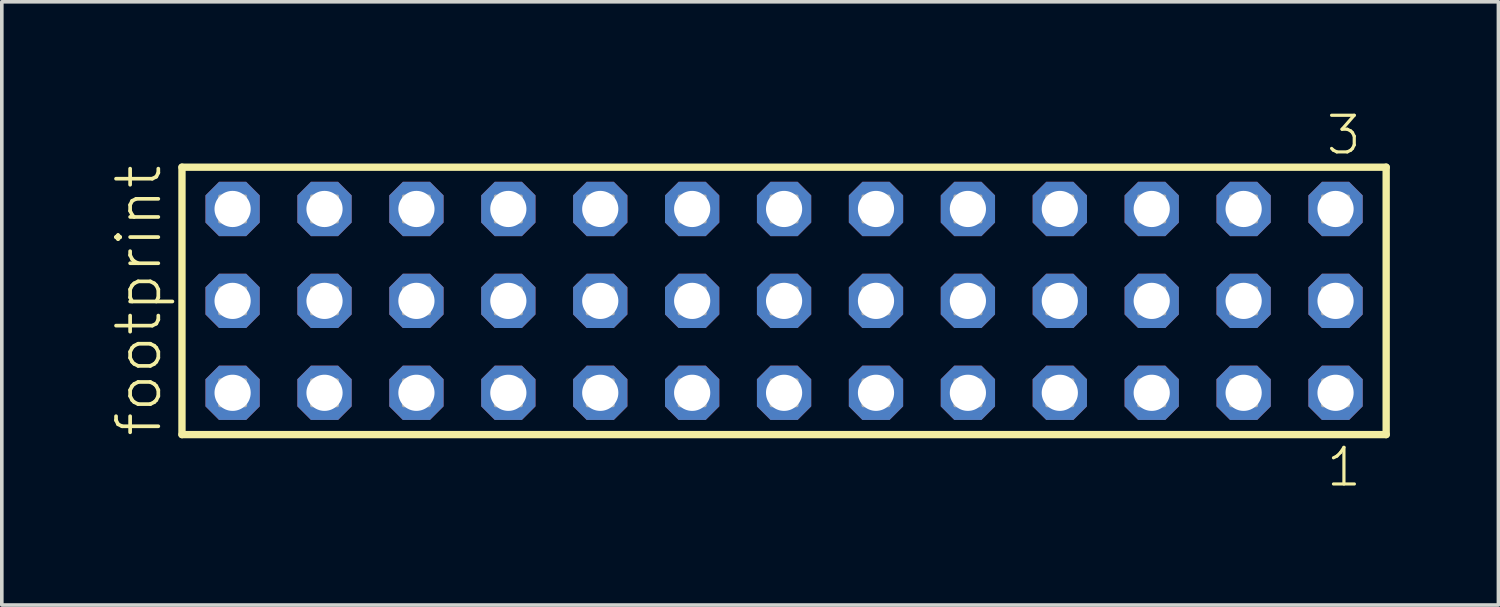
<source format=kicad_pcb>
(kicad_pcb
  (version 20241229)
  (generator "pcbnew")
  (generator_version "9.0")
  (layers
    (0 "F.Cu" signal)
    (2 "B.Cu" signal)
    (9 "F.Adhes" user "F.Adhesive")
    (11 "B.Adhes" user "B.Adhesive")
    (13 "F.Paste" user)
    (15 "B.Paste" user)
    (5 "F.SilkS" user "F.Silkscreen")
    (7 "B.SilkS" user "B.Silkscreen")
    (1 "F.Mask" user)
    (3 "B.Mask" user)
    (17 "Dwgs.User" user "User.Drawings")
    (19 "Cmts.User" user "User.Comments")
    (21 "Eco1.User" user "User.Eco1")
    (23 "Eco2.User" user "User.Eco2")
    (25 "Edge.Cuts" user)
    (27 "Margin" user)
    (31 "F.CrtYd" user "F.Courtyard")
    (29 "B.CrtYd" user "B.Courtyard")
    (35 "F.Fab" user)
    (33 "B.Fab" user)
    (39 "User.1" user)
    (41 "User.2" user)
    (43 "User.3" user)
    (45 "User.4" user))
  (footprint "footprint"
    (layer "F.Cu")
    (at 18.618 5.265)
    (property "Reference" "footprint" (at -17.145 3.81 90) (layer "F.SilkS") (effects (font (size 1.168 1.168) (thickness 0.102)) (justify left bottom)))
    (fp_line (start -16.639 -3.695) (end 16.639 -3.695) (stroke (width 0.203) (type solid)) (layer "F.SilkS"))
    (fp_line (start -16.639 3.695) (end -16.639 -3.695) (stroke (width 0.203) (type solid)) (layer "F.SilkS"))
    (fp_line (start 16.639 -3.695) (end 16.639 3.695) (stroke (width 0.203) (type solid)) (layer "F.SilkS"))
    (fp_line (start 16.639 3.695) (end -16.639 3.695) (stroke (width 0.203) (type solid)) (layer "F.SilkS"))
    (fp_poly (pts (xy -15.59 -2.19) (xy -14.89 -2.19) (xy -14.89 -2.89) (xy -15.59 -2.89)) (stroke (width 0.1) (type solid)) (fill no) (layer "F.Fab"))
    (fp_poly (pts (xy -15.59 0.35) (xy -14.89 0.35) (xy -14.89 -0.35) (xy -15.59 -0.35)) (stroke (width 0.1) (type solid)) (fill no) (layer "F.Fab"))
    (fp_poly (pts (xy -15.59 2.89) (xy -14.89 2.89) (xy -14.89 2.19) (xy -15.59 2.19)) (stroke (width 0.1) (type solid)) (fill no) (layer "F.Fab"))
    (fp_poly (pts (xy -13.05 -2.19) (xy -12.35 -2.19) (xy -12.35 -2.89) (xy -13.05 -2.89)) (stroke (width 0.1) (type solid)) (fill no) (layer "F.Fab"))
    (fp_poly (pts (xy -13.05 0.35) (xy -12.35 0.35) (xy -12.35 -0.35) (xy -13.05 -0.35)) (stroke (width 0.1) (type solid)) (fill no) (layer "F.Fab"))
    (fp_poly (pts (xy -13.05 2.89) (xy -12.35 2.89) (xy -12.35 2.19) (xy -13.05 2.19)) (stroke (width 0.1) (type solid)) (fill no) (layer "F.Fab"))
    (fp_poly (pts (xy -10.51 -2.19) (xy -9.81 -2.19) (xy -9.81 -2.89) (xy -10.51 -2.89)) (stroke (width 0.1) (type solid)) (fill no) (layer "F.Fab"))
    (fp_poly (pts (xy -10.51 0.35) (xy -9.81 0.35) (xy -9.81 -0.35) (xy -10.51 -0.35)) (stroke (width 0.1) (type solid)) (fill no) (layer "F.Fab"))
    (fp_poly (pts (xy -10.51 2.89) (xy -9.81 2.89) (xy -9.81 2.19) (xy -10.51 2.19)) (stroke (width 0.1) (type solid)) (fill no) (layer "F.Fab"))
    (fp_poly (pts (xy -7.97 -2.19) (xy -7.27 -2.19) (xy -7.27 -2.89) (xy -7.97 -2.89)) (stroke (width 0.1) (type solid)) (fill no) (layer "F.Fab"))
    (fp_poly (pts (xy -7.97 0.35) (xy -7.27 0.35) (xy -7.27 -0.35) (xy -7.97 -0.35)) (stroke (width 0.1) (type solid)) (fill no) (layer "F.Fab"))
    (fp_poly (pts (xy -7.97 2.89) (xy -7.27 2.89) (xy -7.27 2.19) (xy -7.97 2.19)) (stroke (width 0.1) (type solid)) (fill no) (layer "F.Fab"))
    (fp_poly (pts (xy -5.43 -2.19) (xy -4.73 -2.19) (xy -4.73 -2.89) (xy -5.43 -2.89)) (stroke (width 0.1) (type solid)) (fill no) (layer "F.Fab"))
    (fp_poly (pts (xy -5.43 0.35) (xy -4.73 0.35) (xy -4.73 -0.35) (xy -5.43 -0.35)) (stroke (width 0.1) (type solid)) (fill no) (layer "F.Fab"))
    (fp_poly (pts (xy -5.43 2.89) (xy -4.73 2.89) (xy -4.73 2.19) (xy -5.43 2.19)) (stroke (width 0.1) (type solid)) (fill no) (layer "F.Fab"))
    (fp_poly (pts (xy -2.89 -2.19) (xy -2.19 -2.19) (xy -2.19 -2.89) (xy -2.89 -2.89)) (stroke (width 0.1) (type solid)) (fill no) (layer "F.Fab"))
    (fp_poly (pts (xy -2.89 0.35) (xy -2.19 0.35) (xy -2.19 -0.35) (xy -2.89 -0.35)) (stroke (width 0.1) (type solid)) (fill no) (layer "F.Fab"))
    (fp_poly (pts (xy -2.89 2.89) (xy -2.19 2.89) (xy -2.19 2.19) (xy -2.89 2.19)) (stroke (width 0.1) (type solid)) (fill no) (layer "F.Fab"))
    (fp_poly (pts (xy -0.35 -2.19) (xy 0.35 -2.19) (xy 0.35 -2.89) (xy -0.35 -2.89)) (stroke (width 0.1) (type solid)) (fill no) (layer "F.Fab"))
    (fp_poly (pts (xy -0.35 0.35) (xy 0.35 0.35) (xy 0.35 -0.35) (xy -0.35 -0.35)) (stroke (width 0.1) (type solid)) (fill no) (layer "F.Fab"))
    (fp_poly (pts (xy -0.35 2.89) (xy 0.35 2.89) (xy 0.35 2.19) (xy -0.35 2.19)) (stroke (width 0.1) (type solid)) (fill no) (layer "F.Fab"))
    (fp_poly (pts (xy 2.19 -2.19) (xy 2.89 -2.19) (xy 2.89 -2.89) (xy 2.19 -2.89)) (stroke (width 0.1) (type solid)) (fill no) (layer "F.Fab"))
    (fp_poly (pts (xy 2.19 0.35) (xy 2.89 0.35) (xy 2.89 -0.35) (xy 2.19 -0.35)) (stroke (width 0.1) (type solid)) (fill no) (layer "F.Fab"))
    (fp_poly (pts (xy 2.19 2.89) (xy 2.89 2.89) (xy 2.89 2.19) (xy 2.19 2.19)) (stroke (width 0.1) (type solid)) (fill no) (layer "F.Fab"))
    (fp_poly (pts (xy 4.73 -2.19) (xy 5.43 -2.19) (xy 5.43 -2.89) (xy 4.73 -2.89)) (stroke (width 0.1) (type solid)) (fill no) (layer "F.Fab"))
    (fp_poly (pts (xy 4.73 0.35) (xy 5.43 0.35) (xy 5.43 -0.35) (xy 4.73 -0.35)) (stroke (width 0.1) (type solid)) (fill no) (layer "F.Fab"))
    (fp_poly (pts (xy 4.73 2.89) (xy 5.43 2.89) (xy 5.43 2.19) (xy 4.73 2.19)) (stroke (width 0.1) (type solid)) (fill no) (layer "F.Fab"))
    (fp_poly (pts (xy 7.27 -2.19) (xy 7.97 -2.19) (xy 7.97 -2.89) (xy 7.27 -2.89)) (stroke (width 0.1) (type solid)) (fill no) (layer "F.Fab"))
    (fp_poly (pts (xy 7.27 0.35) (xy 7.97 0.35) (xy 7.97 -0.35) (xy 7.27 -0.35)) (stroke (width 0.1) (type solid)) (fill no) (layer "F.Fab"))
    (fp_poly (pts (xy 7.27 2.89) (xy 7.97 2.89) (xy 7.97 2.19) (xy 7.27 2.19)) (stroke (width 0.1) (type solid)) (fill no) (layer "F.Fab"))
    (fp_poly (pts (xy 9.81 -2.19) (xy 10.51 -2.19) (xy 10.51 -2.89) (xy 9.81 -2.89)) (stroke (width 0.1) (type solid)) (fill no) (layer "F.Fab"))
    (fp_poly (pts (xy 9.81 0.35) (xy 10.51 0.35) (xy 10.51 -0.35) (xy 9.81 -0.35)) (stroke (width 0.1) (type solid)) (fill no) (layer "F.Fab"))
    (fp_poly (pts (xy 9.81 2.89) (xy 10.51 2.89) (xy 10.51 2.19) (xy 9.81 2.19)) (stroke (width 0.1) (type solid)) (fill no) (layer "F.Fab"))
    (fp_poly (pts (xy 12.35 -2.19) (xy 13.05 -2.19) (xy 13.05 -2.89) (xy 12.35 -2.89)) (stroke (width 0.1) (type solid)) (fill no) (layer "F.Fab"))
    (fp_poly (pts (xy 12.35 0.35) (xy 13.05 0.35) (xy 13.05 -0.35) (xy 12.35 -0.35)) (stroke (width 0.1) (type solid)) (fill no) (layer "F.Fab"))
    (fp_poly (pts (xy 12.35 2.89) (xy 13.05 2.89) (xy 13.05 2.19) (xy 12.35 2.19)) (stroke (width 0.1) (type solid)) (fill no) (layer "F.Fab"))
    (fp_poly (pts (xy 14.89 -2.19) (xy 15.59 -2.19) (xy 15.59 -2.89) (xy 14.89 -2.89)) (stroke (width 0.1) (type solid)) (fill no) (layer "F.Fab"))
    (fp_poly (pts (xy 14.89 0.35) (xy 15.59 0.35) (xy 15.59 -0.35) (xy 14.89 -0.35)) (stroke (width 0.1) (type solid)) (fill no) (layer "F.Fab"))
    (fp_poly (pts (xy 14.89 2.89) (xy 15.59 2.89) (xy 15.59 2.19) (xy 14.89 2.19)) (stroke (width 0.1) (type solid)) (fill no) (layer "F.Fab"))
    (fp_text user "1" (at 14.932 5.188 0) (layer "F.SilkS") (effects (font (size 1.012 1.012) (thickness 0.088)) (justify left bottom)))
    (fp_text user "3" (at 14.928 -3.989 0) (layer "F.SilkS") (effects (font (size 1.012 1.012) (thickness 0.088)) (justify left bottom)))
    (pad "1" thru_hole roundrect (at 15.24 2.54 180) (size 1.5 1.5) (drill 1) (layers "*.Cu" "*.Mask") (roundrect_rratio 0.25) (chamfer_ratio 0.25) (chamfer top_left top_right bottom_left bottom_right))
    (pad "2" thru_hole roundrect (at 15.24 0 180) (size 1.5 1.5) (drill 1) (layers "*.Cu" "*.Mask") (roundrect_rratio 0.25) (chamfer_ratio 0.25) (chamfer top_left top_right bottom_left bottom_right))
    (pad "3" thru_hole roundrect (at 15.24 -2.54 180) (size 1.5 1.5) (drill 1) (layers "*.Cu" "*.Mask") (roundrect_rratio 0.25) (chamfer_ratio 0.25) (chamfer top_left top_right bottom_left bottom_right))
    (pad "4" thru_hole roundrect (at 12.7 2.54 180) (size 1.5 1.5) (drill 1) (layers "*.Cu" "*.Mask") (roundrect_rratio 0.25) (chamfer_ratio 0.25) (chamfer top_left top_right bottom_left bottom_right))
    (pad "5" thru_hole roundrect (at 12.7 0 180) (size 1.5 1.5) (drill 1) (layers "*.Cu" "*.Mask") (roundrect_rratio 0.25) (chamfer_ratio 0.25) (chamfer top_left top_right bottom_left bottom_right))
    (pad "6" thru_hole roundrect (at 12.7 -2.54 180) (size 1.5 1.5) (drill 1) (layers "*.Cu" "*.Mask") (roundrect_rratio 0.25) (chamfer_ratio 0.25) (chamfer top_left top_right bottom_left bottom_right))
    (pad "7" thru_hole roundrect (at 10.16 2.54 180) (size 1.5 1.5) (drill 1) (layers "*.Cu" "*.Mask") (roundrect_rratio 0.25) (chamfer_ratio 0.25) (chamfer top_left top_right bottom_left bottom_right))
    (pad "8" thru_hole roundrect (at 10.16 0 180) (size 1.5 1.5) (drill 1) (layers "*.Cu" "*.Mask") (roundrect_rratio 0.25) (chamfer_ratio 0.25) (chamfer top_left top_right bottom_left bottom_right))
    (pad "9" thru_hole roundrect (at 10.16 -2.54 180) (size 1.5 1.5) (drill 1) (layers "*.Cu" "*.Mask") (roundrect_rratio 0.25) (chamfer_ratio 0.25) (chamfer top_left top_right bottom_left bottom_right))
    (pad "10" thru_hole roundrect (at 7.62 2.54 180) (size 1.5 1.5) (drill 1) (layers "*.Cu" "*.Mask") (roundrect_rratio 0.25) (chamfer_ratio 0.25) (chamfer top_left top_right bottom_left bottom_right))
    (pad "11" thru_hole roundrect (at 7.62 0 180) (size 1.5 1.5) (drill 1) (layers "*.Cu" "*.Mask") (roundrect_rratio 0.25) (chamfer_ratio 0.25) (chamfer top_left top_right bottom_left bottom_right))
    (pad "12" thru_hole roundrect (at 7.62 -2.54 180) (size 1.5 1.5) (drill 1) (layers "*.Cu" "*.Mask") (roundrect_rratio 0.25) (chamfer_ratio 0.25) (chamfer top_left top_right bottom_left bottom_right))
    (pad "13" thru_hole roundrect (at 5.08 2.54 180) (size 1.5 1.5) (drill 1) (layers "*.Cu" "*.Mask") (roundrect_rratio 0.25) (chamfer_ratio 0.25) (chamfer top_left top_right bottom_left bottom_right))
    (pad "14" thru_hole roundrect (at 5.08 0 180) (size 1.5 1.5) (drill 1) (layers "*.Cu" "*.Mask") (roundrect_rratio 0.25) (chamfer_ratio 0.25) (chamfer top_left top_right bottom_left bottom_right))
    (pad "15" thru_hole roundrect (at 5.08 -2.54 180) (size 1.5 1.5) (drill 1) (layers "*.Cu" "*.Mask") (roundrect_rratio 0.25) (chamfer_ratio 0.25) (chamfer top_left top_right bottom_left bottom_right))
    (pad "16" thru_hole roundrect (at 2.54 2.54 180) (size 1.5 1.5) (drill 1) (layers "*.Cu" "*.Mask") (roundrect_rratio 0.25) (chamfer_ratio 0.25) (chamfer top_left top_right bottom_left bottom_right))
    (pad "17" thru_hole roundrect (at 2.54 0 180) (size 1.5 1.5) (drill 1) (layers "*.Cu" "*.Mask") (roundrect_rratio 0.25) (chamfer_ratio 0.25) (chamfer top_left top_right bottom_left bottom_right))
    (pad "18" thru_hole roundrect (at 2.54 -2.54 180) (size 1.5 1.5) (drill 1) (layers "*.Cu" "*.Mask") (roundrect_rratio 0.25) (chamfer_ratio 0.25) (chamfer top_left top_right bottom_left bottom_right))
    (pad "19" thru_hole roundrect (at 0 2.54 180) (size 1.5 1.5) (drill 1) (layers "*.Cu" "*.Mask") (roundrect_rratio 0.25) (chamfer_ratio 0.25) (chamfer top_left top_right bottom_left bottom_right))
    (pad "20" thru_hole roundrect (at 0 0 180) (size 1.5 1.5) (drill 1) (layers "*.Cu" "*.Mask") (roundrect_rratio 0.25) (chamfer_ratio 0.25) (chamfer top_left top_right bottom_left bottom_right))
    (pad "21" thru_hole roundrect (at 0 -2.54 180) (size 1.5 1.5) (drill 1) (layers "*.Cu" "*.Mask") (roundrect_rratio 0.25) (chamfer_ratio 0.25) (chamfer top_left top_right bottom_left bottom_right))
    (pad "22" thru_hole roundrect (at -2.54 2.54 180) (size 1.5 1.5) (drill 1) (layers "*.Cu" "*.Mask") (roundrect_rratio 0.25) (chamfer_ratio 0.25) (chamfer top_left top_right bottom_left bottom_right))
    (pad "23" thru_hole roundrect (at -2.54 0 180) (size 1.5 1.5) (drill 1) (layers "*.Cu" "*.Mask") (roundrect_rratio 0.25) (chamfer_ratio 0.25) (chamfer top_left top_right bottom_left bottom_right))
    (pad "24" thru_hole roundrect (at -2.54 -2.54 180) (size 1.5 1.5) (drill 1) (layers "*.Cu" "*.Mask") (roundrect_rratio 0.25) (chamfer_ratio 0.25) (chamfer top_left top_right bottom_left bottom_right))
    (pad "25" thru_hole roundrect (at -5.08 2.54 180) (size 1.5 1.5) (drill 1) (layers "*.Cu" "*.Mask") (roundrect_rratio 0.25) (chamfer_ratio 0.25) (chamfer top_left top_right bottom_left bottom_right))
    (pad "26" thru_hole roundrect (at -5.08 0 180) (size 1.5 1.5) (drill 1) (layers "*.Cu" "*.Mask") (roundrect_rratio 0.25) (chamfer_ratio 0.25) (chamfer top_left top_right bottom_left bottom_right))
    (pad "27" thru_hole roundrect (at -5.08 -2.54 180) (size 1.5 1.5) (drill 1) (layers "*.Cu" "*.Mask") (roundrect_rratio 0.25) (chamfer_ratio 0.25) (chamfer top_left top_right bottom_left bottom_right))
    (pad "28" thru_hole roundrect (at -7.62 2.54 180) (size 1.5 1.5) (drill 1) (layers "*.Cu" "*.Mask") (roundrect_rratio 0.25) (chamfer_ratio 0.25) (chamfer top_left top_right bottom_left bottom_right))
    (pad "29" thru_hole roundrect (at -7.62 0 180) (size 1.5 1.5) (drill 1) (layers "*.Cu" "*.Mask") (roundrect_rratio 0.25) (chamfer_ratio 0.25) (chamfer top_left top_right bottom_left bottom_right))
    (pad "30" thru_hole roundrect (at -7.62 -2.54 180) (size 1.5 1.5) (drill 1) (layers "*.Cu" "*.Mask") (roundrect_rratio 0.25) (chamfer_ratio 0.25) (chamfer top_left top_right bottom_left bottom_right))
    (pad "31" thru_hole roundrect (at -10.16 2.54 180) (size 1.5 1.5) (drill 1) (layers "*.Cu" "*.Mask") (roundrect_rratio 0.25) (chamfer_ratio 0.25) (chamfer top_left top_right bottom_left bottom_right))
    (pad "32" thru_hole roundrect (at -10.16 0 180) (size 1.5 1.5) (drill 1) (layers "*.Cu" "*.Mask") (roundrect_rratio 0.25) (chamfer_ratio 0.25) (chamfer top_left top_right bottom_left bottom_right))
    (pad "33" thru_hole roundrect (at -10.16 -2.54 180) (size 1.5 1.5) (drill 1) (layers "*.Cu" "*.Mask") (roundrect_rratio 0.25) (chamfer_ratio 0.25) (chamfer top_left top_right bottom_left bottom_right))
    (pad "34" thru_hole roundrect (at -12.7 2.54 180) (size 1.5 1.5) (drill 1) (layers "*.Cu" "*.Mask") (roundrect_rratio 0.25) (chamfer_ratio 0.25) (chamfer top_left top_right bottom_left bottom_right))
    (pad "35" thru_hole roundrect (at -12.7 0 180) (size 1.5 1.5) (drill 1) (layers "*.Cu" "*.Mask") (roundrect_rratio 0.25) (chamfer_ratio 0.25) (chamfer top_left top_right bottom_left bottom_right))
    (pad "36" thru_hole roundrect (at -12.7 -2.54 180) (size 1.5 1.5) (drill 1) (layers "*.Cu" "*.Mask") (roundrect_rratio 0.25) (chamfer_ratio 0.25) (chamfer top_left top_right bottom_left bottom_right))
    (pad "37" thru_hole roundrect (at -15.24 2.54 180) (size 1.5 1.5) (drill 1) (layers "*.Cu" "*.Mask") (roundrect_rratio 0.25) (chamfer_ratio 0.25) (chamfer top_left top_right bottom_left bottom_right))
    (pad "38" thru_hole roundrect (at -15.24 0 180) (size 1.5 1.5) (drill 1) (layers "*.Cu" "*.Mask") (roundrect_rratio 0.25) (chamfer_ratio 0.25) (chamfer top_left top_right bottom_left bottom_right))
    (pad "39" thru_hole roundrect (at -15.24 -2.54 180) (size 1.5 1.5) (drill 1) (layers "*.Cu" "*.Mask") (roundrect_rratio 0.25) (chamfer_ratio 0.25) (chamfer top_left top_right bottom_left bottom_right)))
  (gr_rect
    (start -3 -3)
    (end 38.359 13.67)
    (stroke (width 0.1) (type default))
    (fill no)
    (layer "Edge.Cuts")))
</source>
